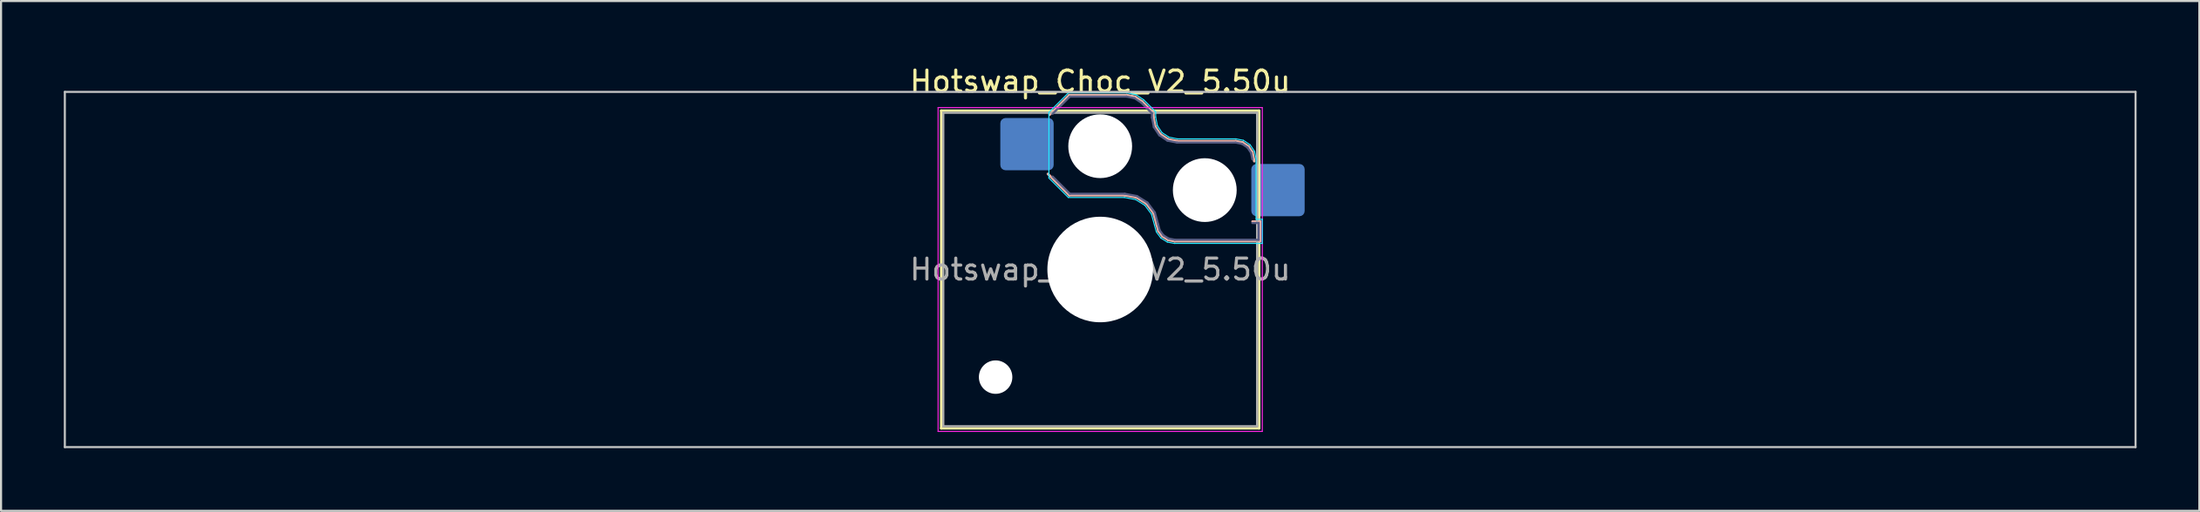
<source format=kicad_pcb>
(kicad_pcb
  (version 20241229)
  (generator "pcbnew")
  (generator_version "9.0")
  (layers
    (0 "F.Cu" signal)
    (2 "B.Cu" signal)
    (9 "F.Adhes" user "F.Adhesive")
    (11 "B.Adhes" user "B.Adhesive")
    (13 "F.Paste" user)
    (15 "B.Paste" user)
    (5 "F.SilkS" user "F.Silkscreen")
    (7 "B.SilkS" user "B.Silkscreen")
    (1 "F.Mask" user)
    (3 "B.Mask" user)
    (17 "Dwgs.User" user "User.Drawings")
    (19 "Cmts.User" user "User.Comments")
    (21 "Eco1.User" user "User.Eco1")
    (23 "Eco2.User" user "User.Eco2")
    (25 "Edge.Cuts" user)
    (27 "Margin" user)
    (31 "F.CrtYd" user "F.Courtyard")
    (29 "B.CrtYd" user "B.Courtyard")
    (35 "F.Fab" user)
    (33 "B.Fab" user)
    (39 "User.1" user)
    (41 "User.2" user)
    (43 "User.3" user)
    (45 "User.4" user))
  (footprint "Hotswap_Choc_V2_5.50u"
    (layer "F.Cu")
    (at 49.55 9.848)
    (property "Reference" "Hotswap_Choc_V2_5.50u" (at 0 -9 0) (layer "F.SilkS") (effects (font (size 1 1) (thickness 0.15))))
    (attr smd)
    (fp_line (start -7.6 -7.6) (end -7.6 7.6) (stroke (width 0.12) (type solid)) (layer "F.SilkS"))
    (fp_line (start -7.6 7.6) (end 7.6 7.6) (stroke (width 0.12) (type solid)) (layer "F.SilkS"))
    (fp_line (start 7.6 -7.6) (end -7.6 -7.6) (stroke (width 0.12) (type solid)) (layer "F.SilkS"))
    (fp_line (start 7.6 7.6) (end 7.6 -7.6) (stroke (width 0.12) (type solid)) (layer "F.SilkS"))
    (fp_line (start -2.416 -7.409) (end -1.479 -8.346) (stroke (width 0.12) (type solid)) (layer "B.SilkS"))
    (fp_line (start -1.479 -8.346) (end 1.268 -8.346) (stroke (width 0.12) (type solid)) (layer "B.SilkS"))
    (fp_line (start -1.479 -3.554) (end -2.5 -4.575) (stroke (width 0.12) (type solid)) (layer "B.SilkS"))
    (fp_line (start 1.168 -3.554) (end -1.479 -3.554) (stroke (width 0.12) (type solid)) (layer "B.SilkS"))
    (fp_line (start 1.268 -8.346) (end 1.671 -8.266) (stroke (width 0.12) (type solid)) (layer "B.SilkS"))
    (fp_line (start 1.671 -8.266) (end 2.013 -8.037) (stroke (width 0.12) (type solid)) (layer "B.SilkS"))
    (fp_line (start 1.73 -3.449) (end 1.168 -3.554) (stroke (width 0.12) (type solid)) (layer "B.SilkS"))
    (fp_line (start 2.013 -8.037) (end 2.546 -7.504) (stroke (width 0.12) (type solid)) (layer "B.SilkS"))
    (fp_line (start 2.209 -3.15) (end 1.73 -3.449) (stroke (width 0.12) (type solid)) (layer "B.SilkS"))
    (fp_line (start 2.546 -7.504) (end 2.546 -7.282) (stroke (width 0.12) (type solid)) (layer "B.SilkS"))
    (fp_line (start 2.546 -7.282) (end 2.633 -6.844) (stroke (width 0.12) (type solid)) (layer "B.SilkS"))
    (fp_line (start 2.547 -2.697) (end 2.209 -3.15) (stroke (width 0.12) (type solid)) (layer "B.SilkS"))
    (fp_line (start 2.633 -6.844) (end 2.877 -6.477) (stroke (width 0.12) (type solid)) (layer "B.SilkS"))
    (fp_line (start 2.701 -2.139) (end 2.547 -2.697) (stroke (width 0.12) (type solid)) (layer "B.SilkS"))
    (fp_line (start 2.783 -1.841) (end 2.701 -2.139) (stroke (width 0.12) (type solid)) (layer "B.SilkS"))
    (fp_line (start 2.877 -6.477) (end 3.244 -6.233) (stroke (width 0.12) (type solid)) (layer "B.SilkS"))
    (fp_line (start 2.976 -1.583) (end 2.783 -1.841) (stroke (width 0.12) (type solid)) (layer "B.SilkS"))
    (fp_line (start 3.244 -6.233) (end 3.682 -6.146) (stroke (width 0.12) (type solid)) (layer "B.SilkS"))
    (fp_line (start 3.25 -1.413) (end 2.976 -1.583) (stroke (width 0.12) (type solid)) (layer "B.SilkS"))
    (fp_line (start 3.56 -1.354) (end 3.25 -1.413) (stroke (width 0.12) (type solid)) (layer "B.SilkS"))
    (fp_line (start 3.682 -6.146) (end 6.482 -6.146) (stroke (width 0.12) (type solid)) (layer "B.SilkS"))
    (fp_line (start 6.482 -6.146) (end 6.809 -6.081) (stroke (width 0.12) (type solid)) (layer "B.SilkS"))
    (fp_line (start 6.809 -6.081) (end 7.092 -5.892) (stroke (width 0.12) (type solid)) (layer "B.SilkS"))
    (fp_line (start 7.092 -5.892) (end 7.281 -5.609) (stroke (width 0.12) (type solid)) (layer "B.SilkS"))
    (fp_line (start 7.281 -5.609) (end 7.366 -5.182) (stroke (width 0.12) (type solid)) (layer "B.SilkS"))
    (fp_line (start 7.283 -2.296) (end 7.646 -2.296) (stroke (width 0.12) (type solid)) (layer "B.SilkS"))
    (fp_line (start 7.646 -2.296) (end 7.646 -1.354) (stroke (width 0.12) (type solid)) (layer "B.SilkS"))
    (fp_line (start 7.646 -1.354) (end 3.56 -1.354) (stroke (width 0.12) (type solid)) (layer "B.SilkS"))
    (fp_line (start -49.5 -8.5) (end -49.5 8.5) (stroke (width 0.1) (type solid)) (layer "Dwgs.User"))
    (fp_line (start -49.5 8.5) (end 49.5 8.5) (stroke (width 0.1) (type solid)) (layer "Dwgs.User"))
    (fp_line (start 49.5 -8.5) (end -49.5 -8.5) (stroke (width 0.1) (type solid)) (layer "Dwgs.User"))
    (fp_line (start 49.5 8.5) (end 49.5 -8.5) (stroke (width 0.1) (type solid)) (layer "Dwgs.User"))
    (fp_line (start -7.25 -7.25) (end -7.25 7.25) (stroke (width 0.1) (type solid)) (layer "Eco1.User"))
    (fp_line (start -7.25 7.25) (end 7.25 7.25) (stroke (width 0.1) (type solid)) (layer "Eco1.User"))
    (fp_line (start 7.25 -7.25) (end -7.25 -7.25) (stroke (width 0.1) (type solid)) (layer "Eco1.User"))
    (fp_line (start 7.25 7.25) (end 7.25 -7.25) (stroke (width 0.1) (type solid)) (layer "Eco1.User"))
    (fp_line (start -2.452 -7.523) (end -1.523 -8.452) (stroke (width 0.05) (type solid)) (layer "B.CrtYd"))
    (fp_line (start -2.452 -4.377) (end -2.452 -7.523) (stroke (width 0.05) (type solid)) (layer "B.CrtYd"))
    (fp_line (start -1.523 -8.452) (end 1.278 -8.452) (stroke (width 0.05) (type solid)) (layer "B.CrtYd"))
    (fp_line (start -1.523 -3.448) (end -2.452 -4.377) (stroke (width 0.05) (type solid)) (layer "B.CrtYd"))
    (fp_line (start 1.159 -3.448) (end -1.523 -3.448) (stroke (width 0.05) (type solid)) (layer "B.CrtYd"))
    (fp_line (start 1.278 -8.452) (end 1.712 -8.366) (stroke (width 0.05) (type solid)) (layer "B.CrtYd"))
    (fp_line (start 1.691 -3.348) (end 1.159 -3.448) (stroke (width 0.05) (type solid)) (layer "B.CrtYd"))
    (fp_line (start 1.712 -8.366) (end 2.081 -8.119) (stroke (width 0.05) (type solid)) (layer "B.CrtYd"))
    (fp_line (start 2.081 -8.119) (end 2.652 -7.548) (stroke (width 0.05) (type solid)) (layer "B.CrtYd"))
    (fp_line (start 2.136 -3.071) (end 1.691 -3.348) (stroke (width 0.05) (type solid)) (layer "B.CrtYd"))
    (fp_line (start 2.45 -2.65) (end 2.136 -3.071) (stroke (width 0.05) (type solid)) (layer "B.CrtYd"))
    (fp_line (start 2.599 -2.111) (end 2.45 -2.65) (stroke (width 0.05) (type solid)) (layer "B.CrtYd"))
    (fp_line (start 2.652 -7.548) (end 2.652 -7.292) (stroke (width 0.05) (type solid)) (layer "B.CrtYd"))
    (fp_line (start 2.652 -7.292) (end 2.733 -6.885) (stroke (width 0.05) (type solid)) (layer "B.CrtYd"))
    (fp_line (start 2.687 -1.794) (end 2.599 -2.111) (stroke (width 0.05) (type solid)) (layer "B.CrtYd"))
    (fp_line (start 2.733 -6.885) (end 2.953 -6.553) (stroke (width 0.05) (type solid)) (layer "B.CrtYd"))
    (fp_line (start 2.903 -1.503) (end 2.687 -1.794) (stroke (width 0.05) (type solid)) (layer "B.CrtYd"))
    (fp_line (start 2.953 -6.553) (end 3.285 -6.333) (stroke (width 0.05) (type solid)) (layer "B.CrtYd"))
    (fp_line (start 3.211 -1.312) (end 2.903 -1.503) (stroke (width 0.05) (type solid)) (layer "B.CrtYd"))
    (fp_line (start 3.285 -6.333) (end 3.692 -6.252) (stroke (width 0.05) (type solid)) (layer "B.CrtYd"))
    (fp_line (start 3.55 -1.248) (end 3.211 -1.312) (stroke (width 0.05) (type solid)) (layer "B.CrtYd"))
    (fp_line (start 3.692 -6.252) (end 6.492 -6.252) (stroke (width 0.05) (type solid)) (layer "B.CrtYd"))
    (fp_line (start 6.492 -6.252) (end 6.85 -6.181) (stroke (width 0.05) (type solid)) (layer "B.CrtYd"))
    (fp_line (start 6.85 -6.181) (end 7.168 -5.968) (stroke (width 0.05) (type solid)) (layer "B.CrtYd"))
    (fp_line (start 7.168 -5.968) (end 7.381 -5.65) (stroke (width 0.05) (type solid)) (layer "B.CrtYd"))
    (fp_line (start 7.381 -5.65) (end 7.452 -5.292) (stroke (width 0.05) (type solid)) (layer "B.CrtYd"))
    (fp_line (start 7.452 -5.292) (end 7.452 -2.402) (stroke (width 0.05) (type solid)) (layer "B.CrtYd"))
    (fp_line (start 7.452 -2.402) (end 7.752 -2.402) (stroke (width 0.05) (type solid)) (layer "B.CrtYd"))
    (fp_line (start 7.752 -2.402) (end 7.752 -1.248) (stroke (width 0.05) (type solid)) (layer "B.CrtYd"))
    (fp_line (start 7.752 -1.248) (end 3.55 -1.248) (stroke (width 0.05) (type solid)) (layer "B.CrtYd"))
    (fp_line (start -7.75 -7.75) (end -7.75 7.75) (stroke (width 0.05) (type solid)) (layer "F.CrtYd"))
    (fp_line (start -7.75 7.75) (end 7.75 7.75) (stroke (width 0.05) (type solid)) (layer "F.CrtYd"))
    (fp_line (start 7.75 -7.75) (end -7.75 -7.75) (stroke (width 0.05) (type solid)) (layer "F.CrtYd"))
    (fp_line (start 7.75 7.75) (end 7.75 -7.75) (stroke (width 0.05) (type solid)) (layer "F.CrtYd"))
    (fp_line (start -2.275 -7.45) (end -1.45 -8.275) (stroke (width 0.1) (type solid)) (layer "B.Fab"))
    (fp_line (start -1.45 -8.275) (end 1.261 -8.275) (stroke (width 0.1) (type solid)) (layer "B.Fab"))
    (fp_line (start -1.45 -3.625) (end -2.275 -4.45) (stroke (width 0.1) (type solid)) (layer "B.Fab"))
    (fp_line (start 1.175 -3.625) (end -1.45 -3.625) (stroke (width 0.1) (type solid)) (layer "B.Fab"))
    (fp_line (start 1.261 -8.275) (end 1.643 -8.199) (stroke (width 0.1) (type solid)) (layer "B.Fab"))
    (fp_line (start 1.643 -8.199) (end 1.968 -7.982) (stroke (width 0.1) (type solid)) (layer "B.Fab"))
    (fp_line (start 1.756 -3.516) (end 1.175 -3.625) (stroke (width 0.1) (type solid)) (layer "B.Fab"))
    (fp_line (start 1.968 -7.982) (end 2.475 -7.475) (stroke (width 0.1) (type solid)) (layer "B.Fab"))
    (fp_line (start 2.258 -3.203) (end 1.756 -3.516) (stroke (width 0.1) (type solid)) (layer "B.Fab"))
    (fp_line (start 2.475 -7.475) (end 2.475 -7.275) (stroke (width 0.1) (type solid)) (layer "B.Fab"))
    (fp_line (start 2.475 -7.275) (end 2.566 -6.816) (stroke (width 0.1) (type solid)) (layer "B.Fab"))
    (fp_line (start 2.566 -6.816) (end 2.826 -6.426) (stroke (width 0.1) (type solid)) (layer "B.Fab"))
    (fp_line (start 2.612 -2.729) (end 2.258 -3.203) (stroke (width 0.1) (type solid)) (layer "B.Fab"))
    (fp_line (start 2.769 -2.158) (end 2.612 -2.729) (stroke (width 0.1) (type solid)) (layer "B.Fab"))
    (fp_line (start 2.826 -6.426) (end 3.216 -6.166) (stroke (width 0.1) (type solid)) (layer "B.Fab"))
    (fp_line (start 2.848 -1.873) (end 2.769 -2.158) (stroke (width 0.1) (type solid)) (layer "B.Fab"))
    (fp_line (start 3.025 -1.636) (end 2.848 -1.873) (stroke (width 0.1) (type solid)) (layer "B.Fab"))
    (fp_line (start 3.216 -6.166) (end 3.675 -6.075) (stroke (width 0.1) (type solid)) (layer "B.Fab"))
    (fp_line (start 3.276 -1.48) (end 3.025 -1.636) (stroke (width 0.1) (type solid)) (layer "B.Fab"))
    (fp_line (start 3.567 -1.425) (end 3.276 -1.48) (stroke (width 0.1) (type solid)) (layer "B.Fab"))
    (fp_line (start 3.675 -6.075) (end 6.475 -6.075) (stroke (width 0.1) (type solid)) (layer "B.Fab"))
    (fp_line (start 6.475 -6.075) (end 6.781 -6.014) (stroke (width 0.1) (type solid)) (layer "B.Fab"))
    (fp_line (start 6.781 -6.014) (end 7.041 -5.841) (stroke (width 0.1) (type solid)) (layer "B.Fab"))
    (fp_line (start 7.041 -5.841) (end 7.214 -5.581) (stroke (width 0.1) (type solid)) (layer "B.Fab"))
    (fp_line (start 7.214 -5.581) (end 7.275 -5.275) (stroke (width 0.1) (type solid)) (layer "B.Fab"))
    (fp_line (start 7.275 -2.225) (end 7.575 -2.225) (stroke (width 0.1) (type solid)) (layer "B.Fab"))
    (fp_line (start 7.575 -2.225) (end 7.575 -1.425) (stroke (width 0.1) (type solid)) (layer "B.Fab"))
    (fp_line (start 7.575 -1.425) (end 3.567 -1.425) (stroke (width 0.1) (type solid)) (layer "B.Fab"))
    (fp_line (start -7.5 -7.5) (end -7.5 7.5) (stroke (width 0.1) (type solid)) (layer "F.Fab"))
    (fp_line (start -7.5 7.5) (end 7.5 7.5) (stroke (width 0.1) (type solid)) (layer "F.Fab"))
    (fp_line (start 7.5 -7.5) (end -7.5 -7.5) (stroke (width 0.1) (type solid)) (layer "F.Fab"))
    (fp_line (start 7.5 7.5) (end 7.5 -7.5) (stroke (width 0.1) (type solid)) (layer "F.Fab"))
    (fp_text user "${REFERENCE}" (at 0 0 0) (layer "F.Fab") (effects (font (size 1 1) (thickness 0.15))))
    (pad "" np_thru_hole circle (at -5 5.15) (size 1.6 1.6) (drill 1.6) (layers "*.Cu" "*.Mask"))
    (pad "" np_thru_hole circle (at 0 -5.9) (size 3.05 3.05) (drill 3.05) (layers "*.Cu" "*.Mask"))
    (pad "" np_thru_hole circle (at 0 0) (size 5.05 5.05) (drill 5.05) (layers "*.Cu" "*.Mask"))
    (pad "" np_thru_hole circle (at 5 -3.8) (size 3.05 3.05) (drill 3.05) (layers "*.Cu" "*.Mask"))
    (pad "1" smd roundrect (at -3.5 -6) (size 2.55 2.5) (layers "B.Cu" "B.Mask" "B.Paste") (roundrect_rratio 0.1))
    (pad "2" smd roundrect (at 8.5 -3.8) (size 2.55 2.5) (layers "B.Cu" "B.Mask" "B.Paste") (roundrect_rratio 0.1)))
  (gr_rect
    (start -3 -3)
    (end 102.1 21.398)
    (stroke (width 0.1) (type default))
    (fill no)
    (layer "Edge.Cuts")))
</source>
